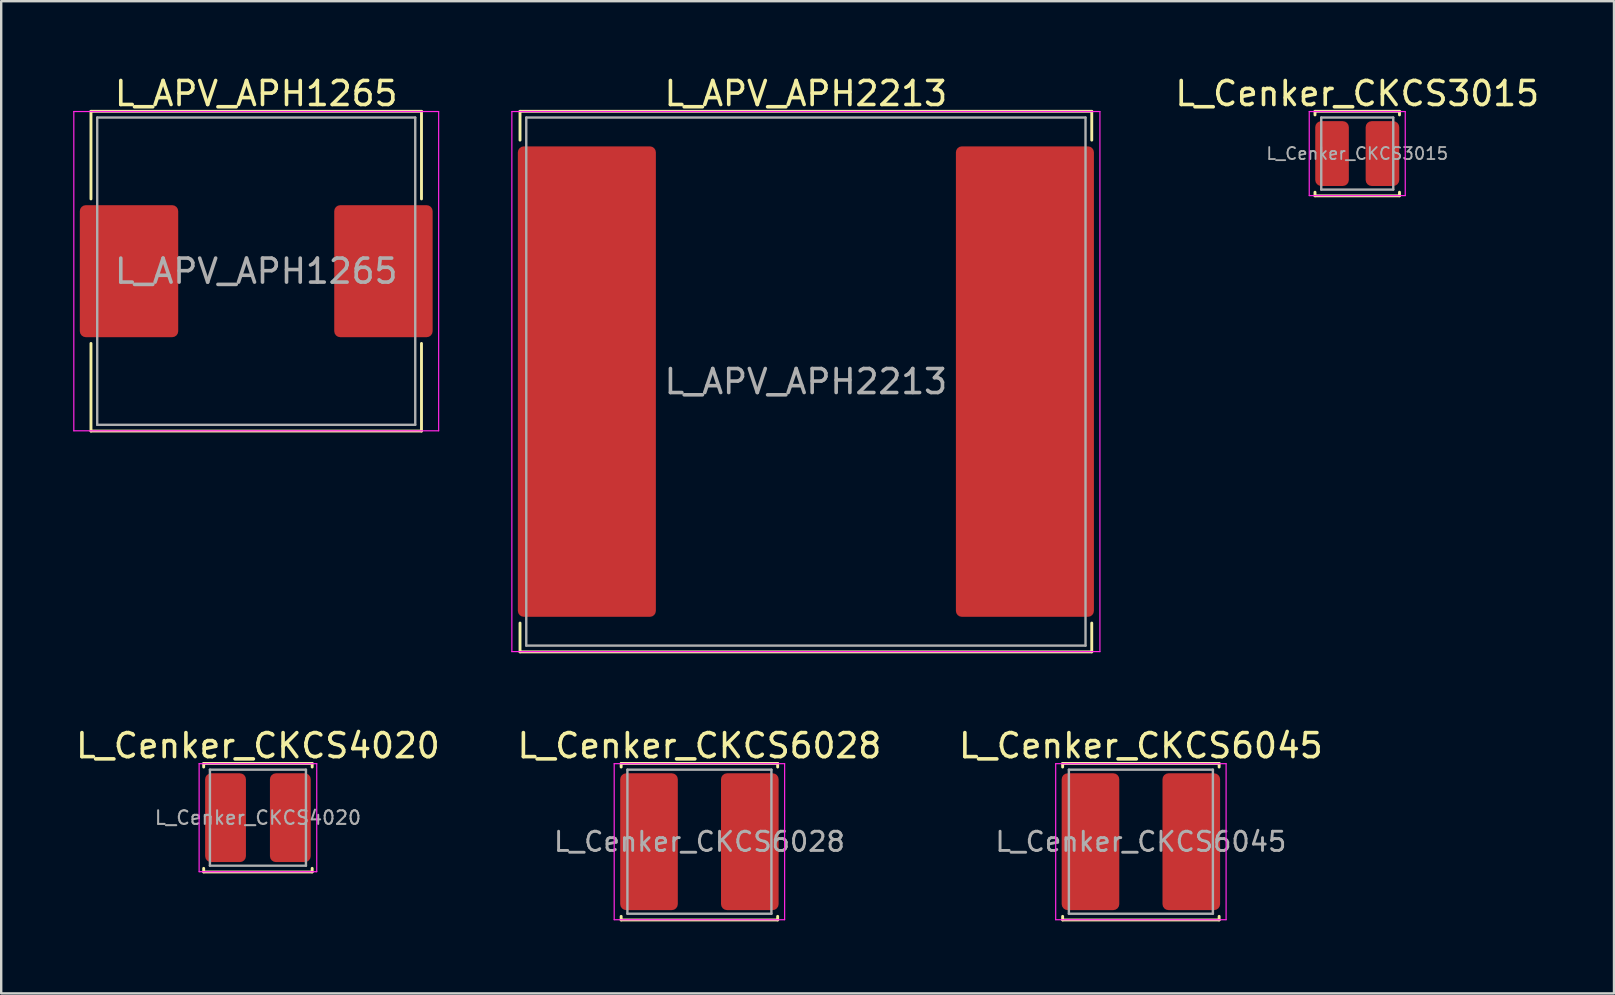
<source format=kicad_pcb>
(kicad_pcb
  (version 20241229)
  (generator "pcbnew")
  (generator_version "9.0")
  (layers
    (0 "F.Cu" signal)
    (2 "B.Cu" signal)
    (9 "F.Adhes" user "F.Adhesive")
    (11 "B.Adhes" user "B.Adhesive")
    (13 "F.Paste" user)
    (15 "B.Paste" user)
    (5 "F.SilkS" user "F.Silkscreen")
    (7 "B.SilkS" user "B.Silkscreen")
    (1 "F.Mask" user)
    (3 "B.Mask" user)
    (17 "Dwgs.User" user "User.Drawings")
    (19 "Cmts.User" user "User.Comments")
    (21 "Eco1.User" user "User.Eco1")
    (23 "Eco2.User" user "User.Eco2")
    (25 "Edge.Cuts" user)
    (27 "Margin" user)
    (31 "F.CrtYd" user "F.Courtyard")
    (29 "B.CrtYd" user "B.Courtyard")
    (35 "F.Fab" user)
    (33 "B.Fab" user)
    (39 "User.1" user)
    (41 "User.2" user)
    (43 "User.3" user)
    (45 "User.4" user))
  (footprint "L_APV_APH2213"
    (layer "F.Cu")
    (at 30.525 12.848)
    (property "Reference" "L_APV_APH2213" (at 0 -12 0) (layer "F.SilkS") (effects (font (size 1 1) (thickness 0.15))))
    (attr smd)
    (fp_line (start -11.91 -11.26) (end -11.91 -10.06) (stroke (width 0.12) (type solid)) (layer "F.SilkS"))
    (fp_line (start -11.91 -11.26) (end 11.91 -11.26) (stroke (width 0.12) (type solid)) (layer "F.SilkS"))
    (fp_line (start -11.91 11.26) (end -11.91 10.06) (stroke (width 0.12) (type solid)) (layer "F.SilkS"))
    (fp_line (start -11.91 11.26) (end 11.91 11.26) (stroke (width 0.12) (type solid)) (layer "F.SilkS"))
    (fp_line (start 11.91 -11.26) (end 11.91 -10.06) (stroke (width 0.12) (type solid)) (layer "F.SilkS"))
    (fp_line (start 11.91 11.26) (end 11.91 10.06) (stroke (width 0.12) (type solid)) (layer "F.SilkS"))
    (fp_line (start -12.25 -11.25) (end -12.25 11.25) (stroke (width 0.05) (type solid)) (layer "F.CrtYd"))
    (fp_line (start -12.25 11.25) (end 12.25 11.25) (stroke (width 0.05) (type solid)) (layer "F.CrtYd"))
    (fp_line (start 12.25 -11.25) (end -12.25 -11.25) (stroke (width 0.05) (type solid)) (layer "F.CrtYd"))
    (fp_line (start 12.25 11.25) (end 12.25 -11.25) (stroke (width 0.05) (type solid)) (layer "F.CrtYd"))
    (fp_line (start -11.65 -11) (end -11.65 11) (stroke (width 0.1) (type solid)) (layer "F.Fab"))
    (fp_line (start -11.65 11) (end 11.65 11) (stroke (width 0.1) (type solid)) (layer "F.Fab"))
    (fp_line (start 11.65 -11) (end -11.65 -11) (stroke (width 0.1) (type solid)) (layer "F.Fab"))
    (fp_line (start 11.65 11) (end 11.65 -11) (stroke (width 0.1) (type solid)) (layer "F.Fab"))
    (fp_text user "${REFERENCE}" (at 0 0 0) (layer "F.Fab") (effects (font (size 1 1) (thickness 0.15))))
    (pad "1" smd roundrect (at -9.125 0) (size 5.75 19.6) (layers "F.Cu" "F.Mask" "F.Paste") (roundrect_rratio 0.043))
    (pad "2" smd roundrect (at 9.125 0) (size 5.75 19.6) (layers "F.Cu" "F.Mask" "F.Paste") (roundrect_rratio 0.043)))
  (footprint "L_Cenker_CKCS4020"
    (layer "F.Cu")
    (at 7.696 31.017)
    (property "Reference" "L_Cenker_CKCS4020" (at 0 -3 0) (layer "F.SilkS") (effects (font (size 1 1) (thickness 0.15))))
    (attr smd)
    (fp_line (start -2.26 -2.26) (end -2.26 -2.11) (stroke (width 0.12) (type solid)) (layer "F.SilkS"))
    (fp_line (start -2.26 -2.26) (end 2.26 -2.26) (stroke (width 0.12) (type solid)) (layer "F.SilkS"))
    (fp_line (start -2.26 2.26) (end -2.26 2.11) (stroke (width 0.12) (type solid)) (layer "F.SilkS"))
    (fp_line (start -2.26 2.26) (end 2.26 2.26) (stroke (width 0.12) (type solid)) (layer "F.SilkS"))
    (fp_line (start 2.26 -2.26) (end 2.26 -2.11) (stroke (width 0.12) (type solid)) (layer "F.SilkS"))
    (fp_line (start 2.26 2.26) (end 2.26 2.11) (stroke (width 0.12) (type solid)) (layer "F.SilkS"))
    (fp_line (start -2.45 -2.25) (end -2.45 2.25) (stroke (width 0.05) (type solid)) (layer "F.CrtYd"))
    (fp_line (start -2.45 2.25) (end 2.45 2.25) (stroke (width 0.05) (type solid)) (layer "F.CrtYd"))
    (fp_line (start 2.45 -2.25) (end -2.45 -2.25) (stroke (width 0.05) (type solid)) (layer "F.CrtYd"))
    (fp_line (start 2.45 2.25) (end 2.45 -2.25) (stroke (width 0.05) (type solid)) (layer "F.CrtYd"))
    (fp_line (start -2 -2) (end -2 2) (stroke (width 0.1) (type solid)) (layer "F.Fab"))
    (fp_line (start -2 2) (end 2 2) (stroke (width 0.1) (type solid)) (layer "F.Fab"))
    (fp_line (start 2 -2) (end -2 -2) (stroke (width 0.1) (type solid)) (layer "F.Fab"))
    (fp_line (start 2 2) (end 2 -2) (stroke (width 0.1) (type solid)) (layer "F.Fab"))
    (fp_text user "${REFERENCE}" (at 0 0 0) (layer "F.Fab") (effects (font (size 0.567 0.567) (thickness 0.085))))
    (pad "1" smd roundrect (at -1.35 0) (size 1.7 3.7) (layers "F.Cu" "F.Mask" "F.Paste") (roundrect_rratio 0.147))
    (pad "2" smd roundrect (at 1.35 0) (size 1.7 3.7) (layers "F.Cu" "F.Mask" "F.Paste") (roundrect_rratio 0.147)))
  (footprint "L_Cenker_CKCS6028"
    (layer "F.Cu")
    (at 26.089 32.017)
    (property "Reference" "L_Cenker_CKCS6028" (at 0 -4 0) (layer "F.SilkS") (effects (font (size 1 1) (thickness 0.15))))
    (attr smd)
    (fp_line (start -3.26 -3.26) (end -3.26 -3.11) (stroke (width 0.12) (type solid)) (layer "F.SilkS"))
    (fp_line (start -3.26 -3.26) (end 3.26 -3.26) (stroke (width 0.12) (type solid)) (layer "F.SilkS"))
    (fp_line (start -3.26 3.26) (end -3.26 3.11) (stroke (width 0.12) (type solid)) (layer "F.SilkS"))
    (fp_line (start -3.26 3.26) (end 3.26 3.26) (stroke (width 0.12) (type solid)) (layer "F.SilkS"))
    (fp_line (start 3.26 -3.26) (end 3.26 -3.11) (stroke (width 0.12) (type solid)) (layer "F.SilkS"))
    (fp_line (start 3.26 3.26) (end 3.26 3.11) (stroke (width 0.12) (type solid)) (layer "F.SilkS"))
    (fp_line (start -3.55 -3.25) (end -3.55 3.25) (stroke (width 0.05) (type solid)) (layer "F.CrtYd"))
    (fp_line (start -3.55 3.25) (end 3.55 3.25) (stroke (width 0.05) (type solid)) (layer "F.CrtYd"))
    (fp_line (start 3.55 -3.25) (end -3.55 -3.25) (stroke (width 0.05) (type solid)) (layer "F.CrtYd"))
    (fp_line (start 3.55 3.25) (end 3.55 -3.25) (stroke (width 0.05) (type solid)) (layer "F.CrtYd"))
    (fp_line (start -3 -3) (end -3 3) (stroke (width 0.1) (type solid)) (layer "F.Fab"))
    (fp_line (start -3 3) (end 3 3) (stroke (width 0.1) (type solid)) (layer "F.Fab"))
    (fp_line (start 3 -3) (end -3 -3) (stroke (width 0.1) (type solid)) (layer "F.Fab"))
    (fp_line (start 3 3) (end 3 -3) (stroke (width 0.1) (type solid)) (layer "F.Fab"))
    (fp_text user "${REFERENCE}" (at 0 0 0) (layer "F.Fab") (effects (font (size 0.8 0.8) (thickness 0.12))))
    (pad "1" smd roundrect (at -2.1 0) (size 2.4 5.7) (layers "F.Cu" "F.Mask" "F.Paste") (roundrect_rratio 0.104))
    (pad "2" smd roundrect (at 2.1 0) (size 2.4 5.7) (layers "F.Cu" "F.Mask" "F.Paste") (roundrect_rratio 0.104)))
  (footprint "L_APV_APH1265"
    (layer "F.Cu")
    (at 7.625 8.248)
    (property "Reference" "L_APV_APH1265" (at 0 -7.4 0) (layer "F.SilkS") (effects (font (size 1 1) (thickness 0.15))))
    (attr smd)
    (fp_line (start -6.885 -6.66) (end -6.885 -3.01) (stroke (width 0.12) (type solid)) (layer "F.SilkS"))
    (fp_line (start -6.885 -6.66) (end 6.885 -6.66) (stroke (width 0.12) (type solid)) (layer "F.SilkS"))
    (fp_line (start -6.885 6.66) (end -6.885 3.01) (stroke (width 0.12) (type solid)) (layer "F.SilkS"))
    (fp_line (start -6.885 6.66) (end 6.885 6.66) (stroke (width 0.12) (type solid)) (layer "F.SilkS"))
    (fp_line (start 6.885 -6.66) (end 6.885 -3.01) (stroke (width 0.12) (type solid)) (layer "F.SilkS"))
    (fp_line (start 6.885 6.66) (end 6.885 3.01) (stroke (width 0.12) (type solid)) (layer "F.SilkS"))
    (fp_line (start -7.6 -6.65) (end -7.6 6.65) (stroke (width 0.05) (type solid)) (layer "F.CrtYd"))
    (fp_line (start -7.6 6.65) (end 7.6 6.65) (stroke (width 0.05) (type solid)) (layer "F.CrtYd"))
    (fp_line (start 7.6 -6.65) (end -7.6 -6.65) (stroke (width 0.05) (type solid)) (layer "F.CrtYd"))
    (fp_line (start 7.6 6.65) (end 7.6 -6.65) (stroke (width 0.05) (type solid)) (layer "F.CrtYd"))
    (fp_line (start -6.625 -6.4) (end -6.625 6.4) (stroke (width 0.1) (type solid)) (layer "F.Fab"))
    (fp_line (start -6.625 6.4) (end 6.625 6.4) (stroke (width 0.1) (type solid)) (layer "F.Fab"))
    (fp_line (start 6.625 -6.4) (end -6.625 -6.4) (stroke (width 0.1) (type solid)) (layer "F.Fab"))
    (fp_line (start 6.625 6.4) (end 6.625 -6.4) (stroke (width 0.1) (type solid)) (layer "F.Fab"))
    (fp_text user "${REFERENCE}" (at 0 0 0) (layer "F.Fab") (effects (font (size 1 1) (thickness 0.15))))
    (pad "1" smd roundrect (at -5.3 0) (size 4.1 5.5) (layers "F.Cu" "F.Mask" "F.Paste") (roundrect_rratio 0.061))
    (pad "2" smd roundrect (at 5.3 0) (size 4.1 5.5) (layers "F.Cu" "F.Mask" "F.Paste") (roundrect_rratio 0.061)))
  (footprint "L_Cenker_CKCS3015"
    (layer "F.Cu")
    (at 53.496 3.348)
    (property "Reference" "L_Cenker_CKCS3015" (at 0 -2.5 0) (layer "F.SilkS") (effects (font (size 1 1) (thickness 0.15))))
    (attr smd)
    (fp_line (start -1.76 -1.76) (end -1.76 -1.61) (stroke (width 0.12) (type solid)) (layer "F.SilkS"))
    (fp_line (start -1.76 -1.76) (end 1.76 -1.76) (stroke (width 0.12) (type solid)) (layer "F.SilkS"))
    (fp_line (start -1.76 1.76) (end -1.76 1.61) (stroke (width 0.12) (type solid)) (layer "F.SilkS"))
    (fp_line (start -1.76 1.76) (end 1.76 1.76) (stroke (width 0.12) (type solid)) (layer "F.SilkS"))
    (fp_line (start 1.76 -1.76) (end 1.76 -1.61) (stroke (width 0.12) (type solid)) (layer "F.SilkS"))
    (fp_line (start 1.76 1.76) (end 1.76 1.61) (stroke (width 0.12) (type solid)) (layer "F.SilkS"))
    (fp_line (start -2 -1.75) (end -2 1.75) (stroke (width 0.05) (type solid)) (layer "F.CrtYd"))
    (fp_line (start -2 1.75) (end 2 1.75) (stroke (width 0.05) (type solid)) (layer "F.CrtYd"))
    (fp_line (start 2 -1.75) (end -2 -1.75) (stroke (width 0.05) (type solid)) (layer "F.CrtYd"))
    (fp_line (start 2 1.75) (end 2 -1.75) (stroke (width 0.05) (type solid)) (layer "F.CrtYd"))
    (fp_line (start -1.5 -1.5) (end -1.5 1.5) (stroke (width 0.1) (type solid)) (layer "F.Fab"))
    (fp_line (start -1.5 1.5) (end 1.5 1.5) (stroke (width 0.1) (type solid)) (layer "F.Fab"))
    (fp_line (start 1.5 -1.5) (end -1.5 -1.5) (stroke (width 0.1) (type solid)) (layer "F.Fab"))
    (fp_line (start 1.5 1.5) (end 1.5 -1.5) (stroke (width 0.1) (type solid)) (layer "F.Fab"))
    (fp_text user "${REFERENCE}" (at 0 0 0) (layer "F.Fab") (effects (font (size 0.5 0.5) (thickness 0.075))))
    (pad "1" smd roundrect (at -1.05 0) (size 1.4 2.7) (layers "F.Cu" "F.Mask" "F.Paste") (roundrect_rratio 0.179))
    (pad "2" smd roundrect (at 1.05 0) (size 1.4 2.7) (layers "F.Cu" "F.Mask" "F.Paste") (roundrect_rratio 0.179)))
  (footprint "L_Cenker_CKCS6045"
    (layer "F.Cu")
    (at 44.482 32.017)
    (property "Reference" "L_Cenker_CKCS6045" (at 0 -4 0) (layer "F.SilkS") (effects (font (size 1 1) (thickness 0.15))))
    (attr smd)
    (fp_line (start -3.26 -3.26) (end -3.26 -3.11) (stroke (width 0.12) (type solid)) (layer "F.SilkS"))
    (fp_line (start -3.26 -3.26) (end 3.26 -3.26) (stroke (width 0.12) (type solid)) (layer "F.SilkS"))
    (fp_line (start -3.26 3.26) (end -3.26 3.11) (stroke (width 0.12) (type solid)) (layer "F.SilkS"))
    (fp_line (start -3.26 3.26) (end 3.26 3.26) (stroke (width 0.12) (type solid)) (layer "F.SilkS"))
    (fp_line (start 3.26 -3.26) (end 3.26 -3.11) (stroke (width 0.12) (type solid)) (layer "F.SilkS"))
    (fp_line (start 3.26 3.26) (end 3.26 3.11) (stroke (width 0.12) (type solid)) (layer "F.SilkS"))
    (fp_line (start -3.55 -3.25) (end -3.55 3.25) (stroke (width 0.05) (type solid)) (layer "F.CrtYd"))
    (fp_line (start -3.55 3.25) (end 3.55 3.25) (stroke (width 0.05) (type solid)) (layer "F.CrtYd"))
    (fp_line (start 3.55 -3.25) (end -3.55 -3.25) (stroke (width 0.05) (type solid)) (layer "F.CrtYd"))
    (fp_line (start 3.55 3.25) (end 3.55 -3.25) (stroke (width 0.05) (type solid)) (layer "F.CrtYd"))
    (fp_line (start -3 -3) (end -3 3) (stroke (width 0.1) (type solid)) (layer "F.Fab"))
    (fp_line (start -3 3) (end 3 3) (stroke (width 0.1) (type solid)) (layer "F.Fab"))
    (fp_line (start 3 -3) (end -3 -3) (stroke (width 0.1) (type solid)) (layer "F.Fab"))
    (fp_line (start 3 3) (end 3 -3) (stroke (width 0.1) (type solid)) (layer "F.Fab"))
    (fp_text user "${REFERENCE}" (at 0 0 0) (layer "F.Fab") (effects (font (size 0.8 0.8) (thickness 0.12))))
    (pad "1" smd roundrect (at -2.1 0) (size 2.4 5.7) (layers "F.Cu" "F.Mask" "F.Paste") (roundrect_rratio 0.104))
    (pad "2" smd roundrect (at 2.1 0) (size 2.4 5.7) (layers "F.Cu" "F.Mask" "F.Paste") (roundrect_rratio 0.104)))
  (gr_rect
    (start -3 -3)
    (end 64.193 38.337)
    (stroke (width 0.1) (type default))
    (fill no)
    (layer "Edge.Cuts")))
</source>
